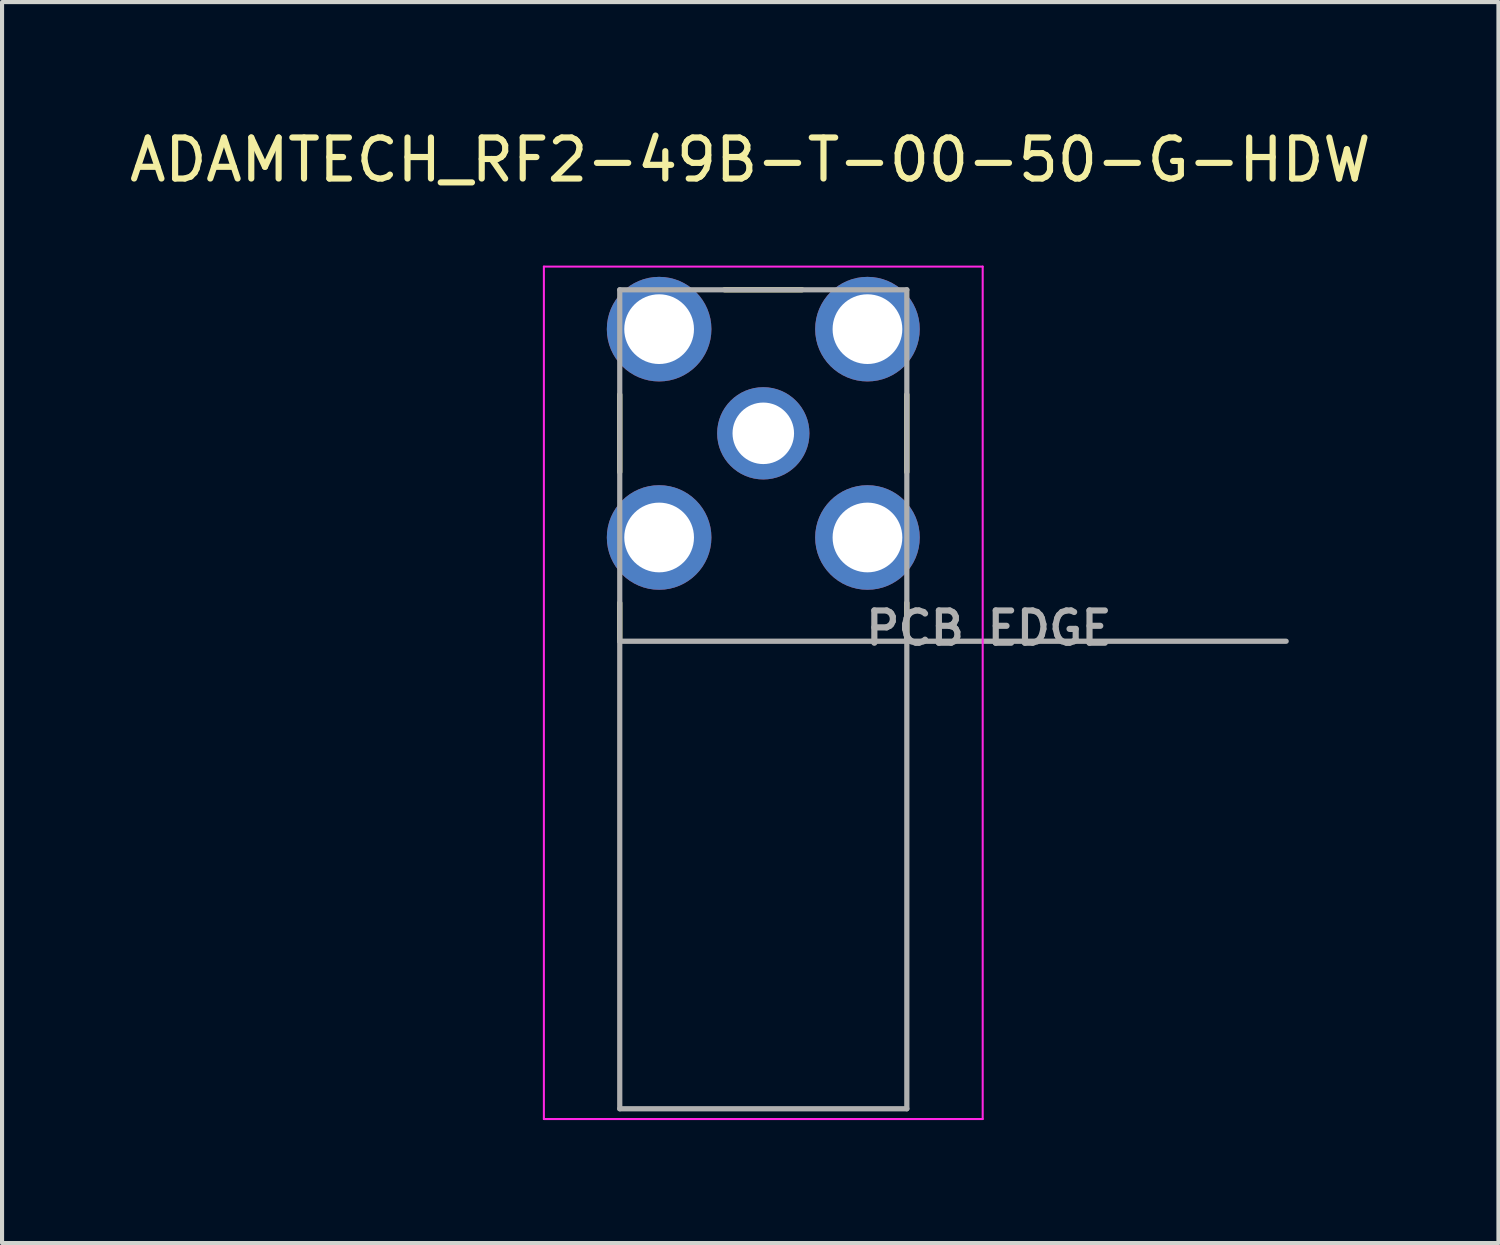
<source format=kicad_pcb>
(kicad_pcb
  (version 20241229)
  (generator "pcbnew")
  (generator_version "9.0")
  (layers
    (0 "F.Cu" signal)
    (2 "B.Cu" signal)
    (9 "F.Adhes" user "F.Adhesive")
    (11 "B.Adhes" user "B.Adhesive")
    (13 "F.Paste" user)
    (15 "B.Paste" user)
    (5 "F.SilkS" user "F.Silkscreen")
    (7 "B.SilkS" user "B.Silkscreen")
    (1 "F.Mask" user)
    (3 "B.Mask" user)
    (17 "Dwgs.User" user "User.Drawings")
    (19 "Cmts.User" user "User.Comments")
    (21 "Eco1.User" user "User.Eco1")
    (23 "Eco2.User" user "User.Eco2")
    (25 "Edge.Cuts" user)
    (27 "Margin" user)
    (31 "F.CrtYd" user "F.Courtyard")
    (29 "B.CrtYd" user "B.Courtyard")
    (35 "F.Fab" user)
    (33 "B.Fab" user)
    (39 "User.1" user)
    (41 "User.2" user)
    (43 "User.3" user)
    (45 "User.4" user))
  (footprint "ADAMTECH_RF2-49B-T-00-50-G-HDW"
    (layer "F.Cu")
    (at 15.562 7.516)
    (property "Reference" "ADAMTECH_RF2-49B-T-00-50-G-HDW" (at -0.318 -6.668 0) (layer "F.SilkS") (effects (font (size 1 1) (thickness 0.15))))
    (attr through_hole)
    (fp_line (start -3.5 -0.945) (end -3.5 0.945) (stroke (width 0.127) (type solid)) (layer "F.SilkS"))
    (fp_line (start -3.5 5.07) (end -3.5 4.135) (stroke (width 0.127) (type solid)) (layer "F.SilkS"))
    (fp_line (start -0.945 -3.5) (end 0.945 -3.5) (stroke (width 0.127) (type solid)) (layer "F.SilkS"))
    (fp_line (start 3.5 -0.945) (end 3.5 0.945) (stroke (width 0.127) (type solid)) (layer "F.SilkS"))
    (fp_line (start 3.5 5.07) (end 3.5 4.135) (stroke (width 0.127) (type solid)) (layer "F.SilkS"))
    (fp_line (start -5.35 -4.065) (end -5.35 16.72) (stroke (width 0.05) (type solid)) (layer "F.CrtYd"))
    (fp_line (start -5.35 16.72) (end 5.35 16.72) (stroke (width 0.05) (type solid)) (layer "F.CrtYd"))
    (fp_line (start 5.35 -4.065) (end -5.35 -4.065) (stroke (width 0.05) (type solid)) (layer "F.CrtYd"))
    (fp_line (start 5.35 16.72) (end 5.35 -4.065) (stroke (width 0.05) (type solid)) (layer "F.CrtYd"))
    (fp_line (start -3.5 -3.5) (end 3.5 -3.5) (stroke (width 0.127) (type solid)) (layer "F.Fab"))
    (fp_line (start -3.5 5.07) (end -3.5 -3.5) (stroke (width 0.127) (type solid)) (layer "F.Fab"))
    (fp_line (start -3.5 5.07) (end 12.75 5.07) (stroke (width 0.127) (type solid)) (layer "F.Fab"))
    (fp_line (start -3.5 16.47) (end -3.5 5.07) (stroke (width 0.127) (type solid)) (layer "F.Fab"))
    (fp_line (start 3.5 -3.5) (end 3.5 16.47) (stroke (width 0.127) (type solid)) (layer "F.Fab"))
    (fp_line (start 3.5 16.47) (end -3.5 16.47) (stroke (width 0.127) (type solid)) (layer "F.Fab"))
    (fp_text user "PCB EDGE" (at 5.5 4.75 0) (layer "F.Fab") (effects (font (size 0.787 0.787) (thickness 0.15))))
    (pad "1" thru_hole circle (at 0 0) (size 2.25 2.25) (drill 1.5) (layers "*.Cu" "*.Mask"))
    (pad "SH1" thru_hole circle (at -2.54 -2.54) (size 2.55 2.55) (drill 1.7) (layers "*.Cu" "*.Mask"))
    (pad "SH2" thru_hole circle (at 2.54 -2.54) (size 2.55 2.55) (drill 1.7) (layers "*.Cu" "*.Mask"))
    (pad "SH3" thru_hole circle (at 2.54 2.54) (size 2.55 2.55) (drill 1.7) (layers "*.Cu" "*.Mask"))
    (pad "SH4" thru_hole circle (at -2.54 2.54) (size 2.55 2.55) (drill 1.7) (layers "*.Cu" "*.Mask")))
  (gr_rect
    (start -3 -3)
    (end 33.488 27.261)
    (stroke (width 0.1) (type default))
    (fill no)
    (layer "Edge.Cuts")))
</source>
